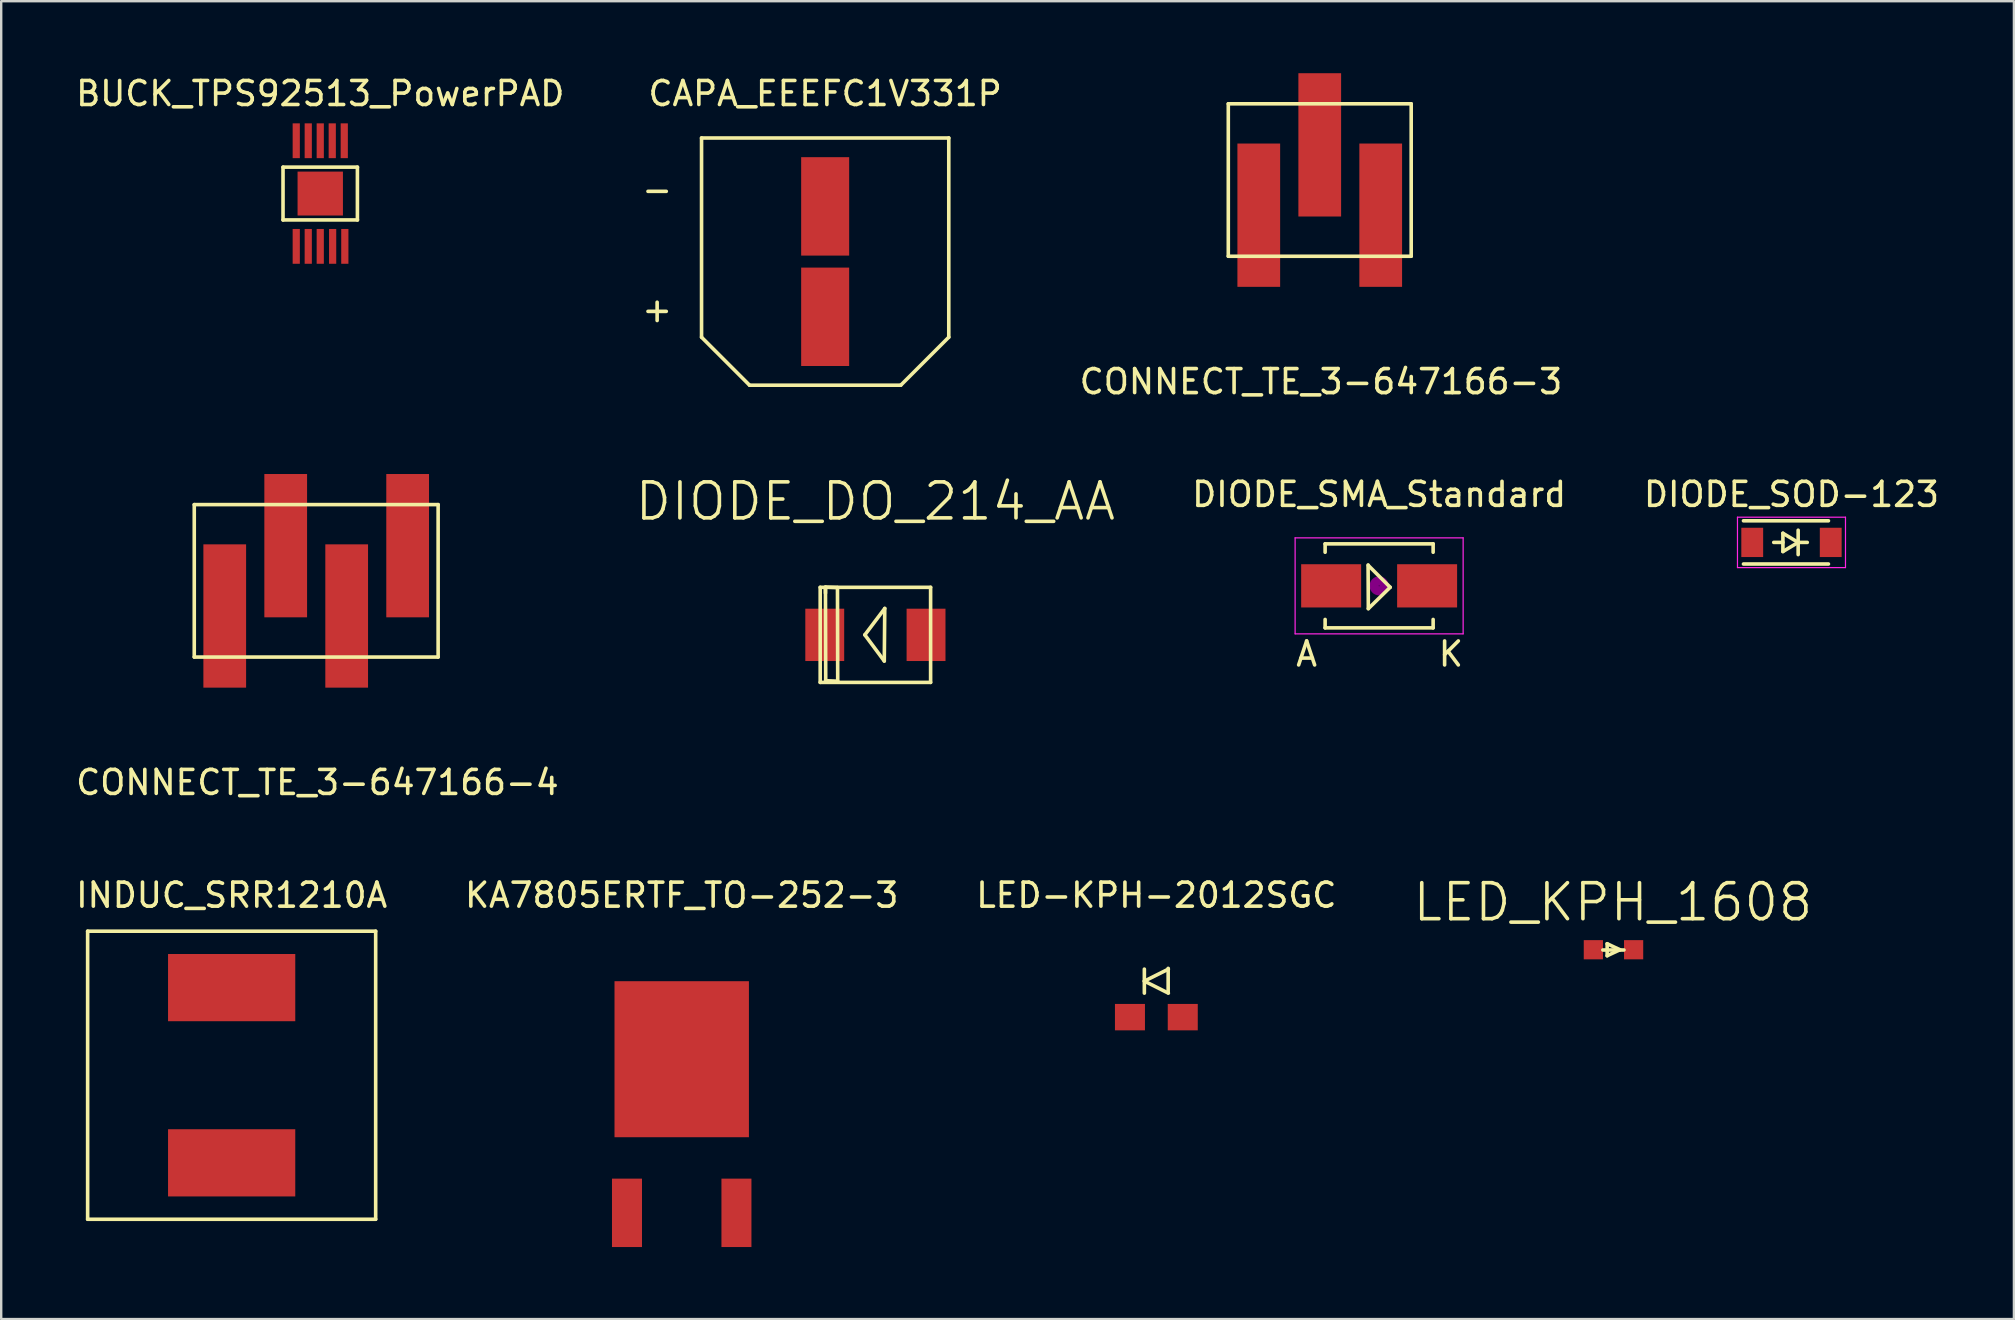
<source format=kicad_pcb>
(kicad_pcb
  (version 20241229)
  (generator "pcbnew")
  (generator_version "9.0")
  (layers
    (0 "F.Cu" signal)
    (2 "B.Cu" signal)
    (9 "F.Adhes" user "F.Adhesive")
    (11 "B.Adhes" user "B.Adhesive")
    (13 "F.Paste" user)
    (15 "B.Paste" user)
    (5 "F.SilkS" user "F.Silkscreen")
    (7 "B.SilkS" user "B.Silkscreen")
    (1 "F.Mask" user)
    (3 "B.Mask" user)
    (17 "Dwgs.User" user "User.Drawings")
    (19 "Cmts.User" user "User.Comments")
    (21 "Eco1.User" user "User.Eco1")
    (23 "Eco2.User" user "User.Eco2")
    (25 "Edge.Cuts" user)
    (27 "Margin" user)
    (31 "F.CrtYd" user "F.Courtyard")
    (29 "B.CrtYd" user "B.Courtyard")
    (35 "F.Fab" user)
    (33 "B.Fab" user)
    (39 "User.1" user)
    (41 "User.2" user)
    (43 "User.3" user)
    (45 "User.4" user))
  (footprint "DIODE_SOD-123"
    (layer "F.Cu")
    (at 71.585 19.547)
    (property "Reference" "DIODE_SOD-123" (at 0 -2 0) (layer "F.SilkS") (effects (font (size 1 1) (thickness 0.15))))
    (attr smd)
    (fp_line (start -2 -0.9) (end 1.54 -0.9) (stroke (width 0.15) (type solid)) (layer "F.SilkS"))
    (fp_line (start -2 0.9) (end 1.54 0.9) (stroke (width 0.15) (type solid)) (layer "F.SilkS"))
    (fp_line (start -0.357 -0.381) (end -0.357 0.381) (stroke (width 0.15) (type solid)) (layer "F.SilkS"))
    (fp_line (start -0.357 0) (end -0.739 0) (stroke (width 0.15) (type solid)) (layer "F.SilkS"))
    (fp_line (start -0.357 0.381) (end 0.278 0) (stroke (width 0.15) (type solid)) (layer "F.SilkS"))
    (fp_line (start 0.278 -0.508) (end 0.278 0.508) (stroke (width 0.15) (type solid)) (layer "F.SilkS"))
    (fp_line (start 0.278 0) (end -0.357 -0.381) (stroke (width 0.15) (type solid)) (layer "F.SilkS"))
    (fp_line (start 0.658 0) (end 0.278 0) (stroke (width 0.15) (type solid)) (layer "F.SilkS"))
    (fp_line (start -2.25 -1.05) (end -2.25 1.05) (stroke (width 0.05) (type solid)) (layer "F.CrtYd"))
    (fp_line (start -2.25 -1.05) (end 2.25 -1.05) (stroke (width 0.05) (type solid)) (layer "F.CrtYd"))
    (fp_line (start 2.25 -1.05) (end 2.25 1.05) (stroke (width 0.05) (type solid)) (layer "F.CrtYd"))
    (fp_line (start 2.25 1.05) (end -2.25 1.05) (stroke (width 0.05) (type solid)) (layer "F.CrtYd"))
    (pad "1" smd rect (at -1.635 0) (size 0.91 1.22) (layers "F.Cu" "F.Mask" "F.Paste"))
    (pad "2" smd rect (at 1.635 0) (size 0.91 1.22) (layers "F.Cu" "F.Mask" "F.Paste")))
  (footprint "DIODE_SMA_Standard"
    (layer "F.Cu")
    (at 54.406 21.357)
    (property "Reference" "DIODE_SMA_Standard" (at 0 -3.81 0) (layer "F.SilkS") (effects (font (size 1 1) (thickness 0.15))))
    (attr smd)
    (fp_line (start -2.25 -1.75) (end -2.25 -1.4) (stroke (width 0.15) (type solid)) (layer "F.SilkS"))
    (fp_line (start -2.25 -1.75) (end 2.25 -1.75) (stroke (width 0.15) (type solid)) (layer "F.SilkS"))
    (fp_line (start -2.25 1.75) (end -2.25 1.4) (stroke (width 0.15) (type solid)) (layer "F.SilkS"))
    (fp_line (start -2.25 1.75) (end 2.25 1.75) (stroke (width 0.15) (type solid)) (layer "F.SilkS"))
    (fp_line (start -0.46 -0.87) (end -0.45 0.95) (stroke (width 0.15) (type solid)) (layer "F.SilkS"))
    (fp_line (start -0.45 0.95) (end 0.46 0.06) (stroke (width 0.15) (type solid)) (layer "F.SilkS"))
    (fp_line (start 0.46 0.06) (end -0.45 -0.85) (stroke (width 0.15) (type solid)) (layer "F.SilkS"))
    (fp_line (start 2.25 -1.75) (end 2.25 -1.4) (stroke (width 0.15) (type solid)) (layer "F.SilkS"))
    (fp_line (start 2.25 1.75) (end 2.25 1.4) (stroke (width 0.15) (type solid)) (layer "F.SilkS"))
    (fp_circle (center 0 0) (end 0.201 -0.051) (stroke (width 0.381) (type solid)) (fill no) (layer "F.Adhes"))
    (fp_line (start -3.5 -2) (end 3.5 -2) (stroke (width 0.05) (type solid)) (layer "F.CrtYd"))
    (fp_line (start -3.5 2) (end -3.5 -2) (stroke (width 0.05) (type solid)) (layer "F.CrtYd"))
    (fp_line (start 3.5 -2) (end 3.5 2) (stroke (width 0.05) (type solid)) (layer "F.CrtYd"))
    (fp_line (start 3.5 2) (end -3.5 2) (stroke (width 0.05) (type solid)) (layer "F.CrtYd"))
    (fp_text user "K" (at 2.99 2.84 0) (layer "F.SilkS") (effects (font (size 1 1) (thickness 0.15))))
    (fp_text user "A" (at -3.02 2.84 0) (layer "F.SilkS") (effects (font (size 1 1) (thickness 0.15))))
    (pad "1" smd rect (at -1.999 0) (size 2.499 1.801) (layers "F.Cu" "F.Mask" "F.Paste"))
    (pad "2" smd rect (at 1.999 0) (size 2.499 1.801) (layers "F.Cu" "F.Mask" "F.Paste")))
  (footprint "BUCK_TPS92513_PowerPAD"
    (layer "F.Cu")
    (at 10.292 5.014)
    (property "Reference" "BUCK_TPS92513_PowerPAD" (at 0 -4.166 0) (layer "F.SilkS") (effects (font (size 1 1) (thickness 0.15))))
    (attr through_hole)
    (fp_line (start -1.551 -1.1) (end -1.551 1.1) (stroke (width 0.15) (type solid)) (layer "F.SilkS"))
    (fp_line (start -1.55 -1.1) (end 1.55 -1.1) (stroke (width 0.15) (type solid)) (layer "F.SilkS"))
    (fp_line (start -1.55 1.1) (end 1.55 1.1) (stroke (width 0.15) (type solid)) (layer "F.SilkS"))
    (fp_line (start 1.548 -1.1) (end 1.548 1.1) (stroke (width 0.15) (type solid)) (layer "F.SilkS"))
    (pad "1" smd rect (at -1 2.2) (size 0.3 1.45) (layers "F.Cu" "F.Mask" "F.Paste"))
    (pad "2" smd rect (at -0.5 2.2) (size 0.3 1.45) (layers "F.Cu" "F.Mask" "F.Paste"))
    (pad "3" smd rect (at 0 2.2) (size 0.3 1.45) (layers "F.Cu" "F.Mask" "F.Paste"))
    (pad "4" smd rect (at 0.516 2.2) (size 0.3 1.45) (layers "F.Cu" "F.Mask" "F.Paste"))
    (pad "5" smd rect (at 1.024 2.2) (size 0.3 1.45) (layers "F.Cu" "F.Mask" "F.Paste"))
    (pad "6" smd rect (at 1 -2.2) (size 0.3 1.45) (layers "F.Cu" "F.Mask" "F.Paste"))
    (pad "7" smd rect (at 0.5 -2.2) (size 0.3 1.45) (layers "F.Cu" "F.Mask" "F.Paste"))
    (pad "8" smd rect (at 0 -2.2) (size 0.3 1.45) (layers "F.Cu" "F.Mask" "F.Paste"))
    (pad "9" smd rect (at -0.5 -2.2) (size 0.3 1.45) (layers "F.Cu" "F.Mask" "F.Paste"))
    (pad "10" smd rect (at -1 -2.2) (size 0.3 1.45) (layers "F.Cu" "F.Mask" "F.Paste"))
    (pad "11" smd rect (at 0 0) (size 1.89 1.83) (layers "F.Cu" "F.Mask" "F.Paste")))
  (footprint "INDUC_SRR1210A"
    (layer "F.Cu")
    (at 6.601 41.745)
    (property "Reference" "INDUC_SRR1210A" (at 0 -7.5 0) (layer "F.SilkS") (effects (font (size 1 1) (thickness 0.15))))
    (attr through_hole)
    (fp_line (start -6 -6) (end -6 6) (stroke (width 0.15) (type solid)) (layer "F.SilkS"))
    (fp_line (start -6 -6) (end 6 -6) (stroke (width 0.15) (type solid)) (layer "F.SilkS"))
    (fp_line (start -6 6) (end 6 6) (stroke (width 0.15) (type solid)) (layer "F.SilkS"))
    (fp_line (start 6 -6) (end 6 6) (stroke (width 0.15) (type solid)) (layer "F.SilkS"))
    (pad "1" smd rect (at 0 -3.65) (size 5.3 2.8) (layers "F.Cu" "F.Mask" "F.Paste"))
    (pad "2" smd rect (at 0 3.65) (size 5.3 2.8) (layers "F.Cu" "F.Mask" "F.Paste")))
  (footprint "DIODE_DO_214_AA"
    (layer "F.Cu")
    (at 33.42 23.399)
    (property "Reference" "DIODE_DO_214_AA" (at 0 -5.56 0) (layer "F.SilkS") (effects (font (size 1.5 1.5) (thickness 0.15))))
    (attr through_hole)
    (fp_line (start -2.3 -1.98) (end 2.3 -1.98) (stroke (width 0.15) (type solid)) (layer "F.SilkS"))
    (fp_line (start -2.3 1.98) (end -2.3 -1.98) (stroke (width 0.15) (type solid)) (layer "F.SilkS"))
    (fp_line (start -2.08 -1.99) (end -2.08 -1.74) (stroke (width 0.15) (type solid)) (layer "F.SilkS"))
    (fp_line (start -2.08 -1.93) (end -2.07 1.91) (stroke (width 0.15) (type solid)) (layer "F.SilkS"))
    (fp_line (start -2.07 1.91) (end -1.57 1.93) (stroke (width 0.15) (type solid)) (layer "F.SilkS"))
    (fp_line (start -1.58 -1.97) (end -2.08 -1.99) (stroke (width 0.15) (type solid)) (layer "F.SilkS"))
    (fp_line (start -1.57 1.93) (end -1.58 -1.97) (stroke (width 0.15) (type solid)) (layer "F.SilkS"))
    (fp_line (start -0.44 0) (end 0.37 1.09) (stroke (width 0.15) (type solid)) (layer "F.SilkS"))
    (fp_line (start 0.37 1.09) (end 0.39 -1.1) (stroke (width 0.15) (type solid)) (layer "F.SilkS"))
    (fp_line (start 0.39 -1.1) (end -0.44 0) (stroke (width 0.15) (type solid)) (layer "F.SilkS"))
    (fp_line (start 2.3 -1.98) (end 2.3 1.98) (stroke (width 0.15) (type solid)) (layer "F.SilkS"))
    (fp_line (start 2.3 1.98) (end -2.3 1.98) (stroke (width 0.15) (type solid)) (layer "F.SilkS"))
    (pad "1" smd rect (at 2.11 0) (size 1.62 2.18) (layers "F.Cu" "F.Mask" "F.Paste"))
    (pad "2" smd rect (at -2.11 0) (size 1.62 2.18) (layers "F.Cu" "F.Mask" "F.Paste")))
  (footprint "LED_KPH_1608"
    (layer "F.Cu")
    (at 64.156 36.517)
    (property "Reference" "LED_KPH_1608" (at -0.01 -1.98 0) (layer "F.SilkS") (effects (font (size 1.5 1.5) (thickness 0.15))))
    (attr through_hole)
    (fp_line (start -0.43 0.01) (end 0.45 0.01) (stroke (width 0.15) (type solid)) (layer "F.SilkS"))
    (fp_line (start -0.25 -0.25) (end -0.25 0.25) (stroke (width 0.15) (type solid)) (layer "F.SilkS"))
    (fp_line (start -0.25 0.25) (end 0.28 0) (stroke (width 0.15) (type solid)) (layer "F.SilkS"))
    (fp_line (start 0.28 0) (end -0.25 -0.25) (stroke (width 0.15) (type solid)) (layer "F.SilkS"))
    (pad "1" smd rect (at -0.825 0) (size 0.8 0.8) (layers "F.Cu" "F.Mask" "F.Paste"))
    (pad "2" smd rect (at 0.852 0) (size 0.8 0.8) (layers "F.Cu" "F.Mask" "F.Paste")))
  (footprint "CONNECT_TE_3-647166-3"
    (layer "F.Cu")
    (at 51.932 4.45)
    (property "Reference" "CONNECT_TE_3-647166-3" (at 0.05 8.4 0) (layer "F.SilkS") (effects (font (size 1 1) (thickness 0.15))))
    (attr through_hole)
    (fp_line (start -3.81 -3.175) (end -3.81 3.175) (stroke (width 0.15) (type solid)) (layer "F.SilkS"))
    (fp_line (start -3.81 -3.175) (end 3.81 -3.175) (stroke (width 0.15) (type solid)) (layer "F.SilkS"))
    (fp_line (start -3.81 3.175) (end 3.81 3.175) (stroke (width 0.15) (type solid)) (layer "F.SilkS"))
    (fp_line (start 3.81 -3.175) (end 3.81 3.175) (stroke (width 0.15) (type solid)) (layer "F.SilkS"))
    (pad "1" smd rect (at -2.54 1.465) (size 1.78 5.97) (layers "F.Cu" "F.Mask" "F.Paste"))
    (pad "2" smd rect (at 0 -1.465) (size 1.78 5.97) (layers "F.Cu" "F.Mask" "F.Paste"))
    (pad "3" smd rect (at 2.54 1.465) (size 1.78 5.97) (layers "F.Cu" "F.Mask" "F.Paste")))
  (footprint "CONNECT_TE_3-647166-4"
    (layer "F.Cu")
    (at 10.123 21.148)
    (property "Reference" "CONNECT_TE_3-647166-4" (at 0.05 8.4 0) (layer "F.SilkS") (effects (font (size 1 1) (thickness 0.15))))
    (attr through_hole)
    (fp_line (start -5.08 -3.175) (end -5.08 3.175) (stroke (width 0.15) (type solid)) (layer "F.SilkS"))
    (fp_line (start -5.08 -3.175) (end 5.08 -3.175) (stroke (width 0.15) (type solid)) (layer "F.SilkS"))
    (fp_line (start -5.08 3.175) (end 5.08 3.175) (stroke (width 0.15) (type solid)) (layer "F.SilkS"))
    (fp_line (start 5.08 -3.175) (end 5.08 3.175) (stroke (width 0.15) (type solid)) (layer "F.SilkS"))
    (pad "1" smd rect (at -3.81 1.465) (size 1.78 5.97) (layers "F.Cu" "F.Mask" "F.Paste"))
    (pad "2" smd rect (at -1.27 -1.465) (size 1.78 5.97) (layers "F.Cu" "F.Mask" "F.Paste"))
    (pad "3" smd rect (at 1.27 1.465) (size 1.78 5.97) (layers "F.Cu" "F.Mask" "F.Paste"))
    (pad "4" smd rect (at 3.81 -1.465) (size 1.78 5.97) (layers "F.Cu" "F.Mask" "F.Paste")))
  (footprint "KA7805ERTF_TO-252-3"
    (layer "F.Cu")
    (at 25.351 44.278)
    (property "Reference" "KA7805ERTF_TO-252-3" (at 0 -10.033 0) (layer "F.SilkS") (effects (font (size 1 1) (thickness 0.15))))
    (attr through_hole)
    (pad "1" smd rect (at -2.28 3.2) (size 1.25 2.85) (layers "F.Cu" "F.Mask" "F.Paste"))
    (pad "2" smd rect (at 0 -3.2) (size 5.6 6.5) (layers "F.Cu" "F.Mask" "F.Paste"))
    (pad "3" smd rect (at 2.28 3.2) (size 1.25 2.85) (layers "F.Cu" "F.Mask" "F.Paste")))
  (footprint "LED-KPH-2012SGC"
    (layer "F.Cu")
    (at 45.125 39.325)
    (property "Reference" "LED-KPH-2012SGC" (at 0 -5.08 0) (layer "F.SilkS") (effects (font (size 1 1) (thickness 0.15))))
    (attr through_hole)
    (fp_line (start -0.5 -2) (end -0.5 -1) (stroke (width 0.15) (type solid)) (layer "F.SilkS"))
    (fp_line (start -0.5 -1.5) (end 0.5 -2) (stroke (width 0.15) (type solid)) (layer "F.SilkS"))
    (fp_line (start 0.492 -2.032) (end 0.492 -1.016) (stroke (width 0.15) (type solid)) (layer "F.SilkS"))
    (fp_line (start 0.5 -1) (end -0.5 -1.5) (stroke (width 0.15) (type solid)) (layer "F.SilkS"))
    (pad "1" smd rect (at -1.1 0) (size 1.25 1.1) (layers "F.Cu" "F.Mask" "F.Paste"))
    (pad "2" smd rect (at 1.1 0) (size 1.25 1.1) (layers "F.Cu" "F.Mask" "F.Paste")))
  (footprint "CAPA_EEEFC1V331P"
    (layer "F.Cu")
    (at 31.327 7.848)
    (property "Reference" "CAPA_EEEFC1V331P" (at 0 -7 0) (layer "F.SilkS") (effects (font (size 1 1) (thickness 0.15))))
    (attr through_hole)
    (fp_line (start -5.15 -5.15) (end -5.15 3.15) (stroke (width 0.15) (type solid)) (layer "F.SilkS"))
    (fp_line (start -5.15 -5.15) (end 5.15 -5.15) (stroke (width 0.15) (type solid)) (layer "F.SilkS"))
    (fp_line (start -5.15 3.15) (end -3.15 5.15) (stroke (width 0.15) (type solid)) (layer "F.SilkS"))
    (fp_line (start -3.15 5.15) (end 3.15 5.15) (stroke (width 0.15) (type solid)) (layer "F.SilkS"))
    (fp_line (start 3.15 5.15) (end 5.15 3.15) (stroke (width 0.15) (type solid)) (layer "F.SilkS"))
    (fp_line (start 5.15 -5.15) (end 5.15 3.15) (stroke (width 0.15) (type solid)) (layer "F.SilkS"))
    (fp_text user "-" (at -7 -3 0) (layer "F.SilkS") (effects (font (size 1 1) (thickness 0.15))))
    (fp_text user "+" (at -7 2 0) (layer "F.SilkS") (effects (font (size 1 1) (thickness 0.15))))
    (pad "1" smd rect (at 0 -2.3) (size 2 4.1) (layers "F.Cu" "F.Mask" "F.Paste"))
    (pad "2" smd rect (at 0 2.3) (size 2 4.1) (layers "F.Cu" "F.Mask" "F.Paste")))
  (gr_rect
    (start -3 -3)
    (end 80.852 51.903)
    (stroke (width 0.1) (type default))
    (fill no)
    (layer "Edge.Cuts")))
</source>
